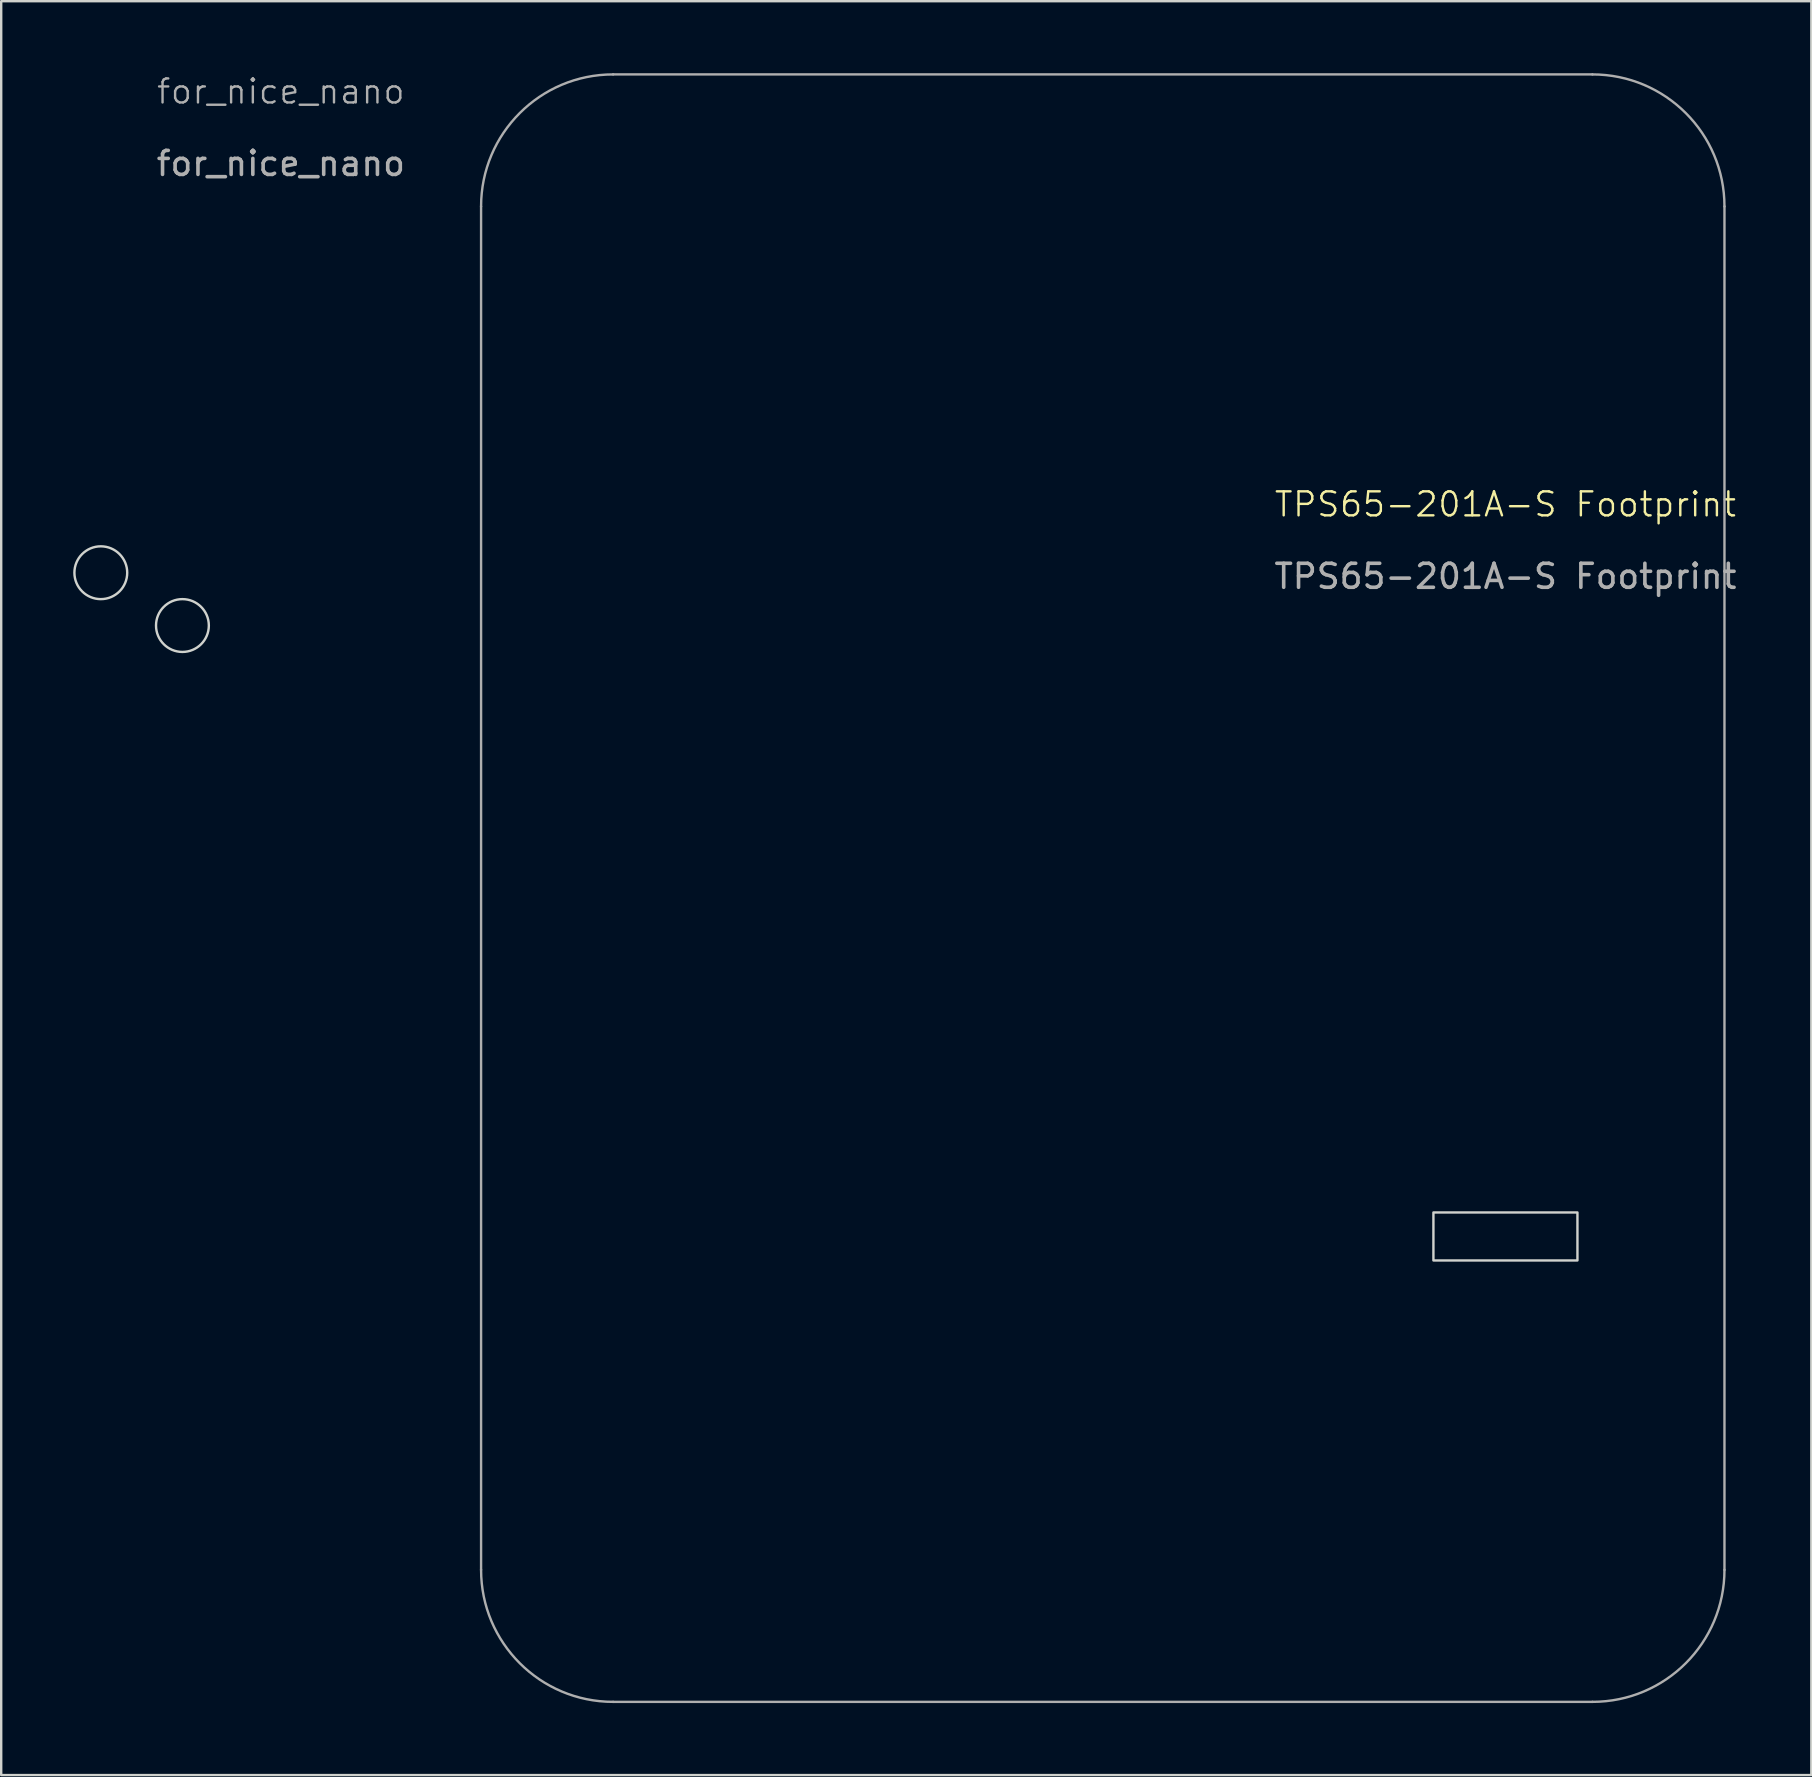
<source format=kicad_pcb>
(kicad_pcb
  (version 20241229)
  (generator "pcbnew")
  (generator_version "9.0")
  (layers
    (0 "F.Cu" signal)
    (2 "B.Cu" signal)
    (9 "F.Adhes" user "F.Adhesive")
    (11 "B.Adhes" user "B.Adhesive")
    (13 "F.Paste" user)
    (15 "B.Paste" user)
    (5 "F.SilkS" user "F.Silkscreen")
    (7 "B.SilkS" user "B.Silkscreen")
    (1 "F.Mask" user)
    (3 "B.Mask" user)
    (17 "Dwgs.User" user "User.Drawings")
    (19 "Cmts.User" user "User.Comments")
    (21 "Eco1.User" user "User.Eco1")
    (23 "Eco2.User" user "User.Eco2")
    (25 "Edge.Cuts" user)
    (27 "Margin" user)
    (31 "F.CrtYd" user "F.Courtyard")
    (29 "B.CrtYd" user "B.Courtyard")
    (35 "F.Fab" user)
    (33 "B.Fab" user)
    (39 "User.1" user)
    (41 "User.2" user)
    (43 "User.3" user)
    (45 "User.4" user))
  (footprint "for_nice_nano"
    (layer "F.Cu")
    (at 8.65 1.26)
    (property "Reference" "for_nice_nano" (at 0 -0.5 0) (unlocked yes) (layer "F.Fab") (effects (font (size 1 1) (thickness 0.1))))
    (attr smd)
    (fp_circle (center -7.5 19.55) (end -6.4 19.55) (stroke (width 0.1) (type solid)) (fill no) (layer "Edge.Cuts"))
    (fp_circle (center -4.1 21.75) (end -3 21.75) (stroke (width 0.1) (type solid)) (fill no) (layer "Edge.Cuts"))
    (fp_text user "${REFERENCE}" (at 0 2.5 0) (unlocked yes) (layer "F.Fab") (effects (font (size 1 1) (thickness 0.15)))))
  (footprint "TPS65-201A-S Footprint"
    (layer "F.Cu")
    (at 59.667 18.461)
    (property "Reference" "TPS65-201A-S Footprint" (at 0 -0.5 0) (unlocked yes) (layer "F.SilkS") (effects (font (size 1 1) (thickness 0.1))))
    (attr smd)
    (fp_rect (start -3 29) (end 3 31) (stroke (width 0.1) (type solid)) (fill no) (layer "Edge.Cuts"))
    (fp_line (start -42.675 -12.911) (end -42.675 43.889) (stroke (width 0.1) (type default)) (layer "F.Fab"))
    (fp_line (start -37.175 -18.411) (end 3.625 -18.411) (stroke (width 0.1) (type solid)) (layer "F.Fab"))
    (fp_line (start -37.175 49.389) (end 3.625 49.389) (stroke (width 0.1) (type default)) (layer "F.Fab"))
    (fp_line (start 9.125 -12.911) (end 9.125 43.889) (stroke (width 0.1) (type default)) (layer "F.Fab"))
    (fp_arc (start -42.675 -12.91082) (mid -41.064087 -16.799907) (end -37.175 -18.41082) (stroke (width 0.1) (type solid)) (layer "F.Fab"))
    (fp_arc (start -37.175 49.38918) (mid -41.064087 47.778267) (end -42.675 43.88918) (stroke (width 0.1) (type solid)) (layer "F.Fab"))
    (fp_arc (start 3.625 -18.41082) (mid 7.514087 -16.799907) (end 9.125 -12.91082) (stroke (width 0.1) (type solid)) (layer "F.Fab"))
    (fp_arc (start 9.125 43.88918) (mid 7.514087 47.778267) (end 3.625 49.38918) (stroke (width 0.1) (type solid)) (layer "F.Fab"))
    (fp_text user "${REFERENCE}" (at 0 2.5 0) (unlocked yes) (layer "F.Fab") (effects (font (size 1 1) (thickness 0.15)))))
  (gr_rect
    (start -3 -3)
    (end 72.411 70.9)
    (stroke (width 0.1) (type default))
    (fill no)
    (layer "Edge.Cuts")))
</source>
